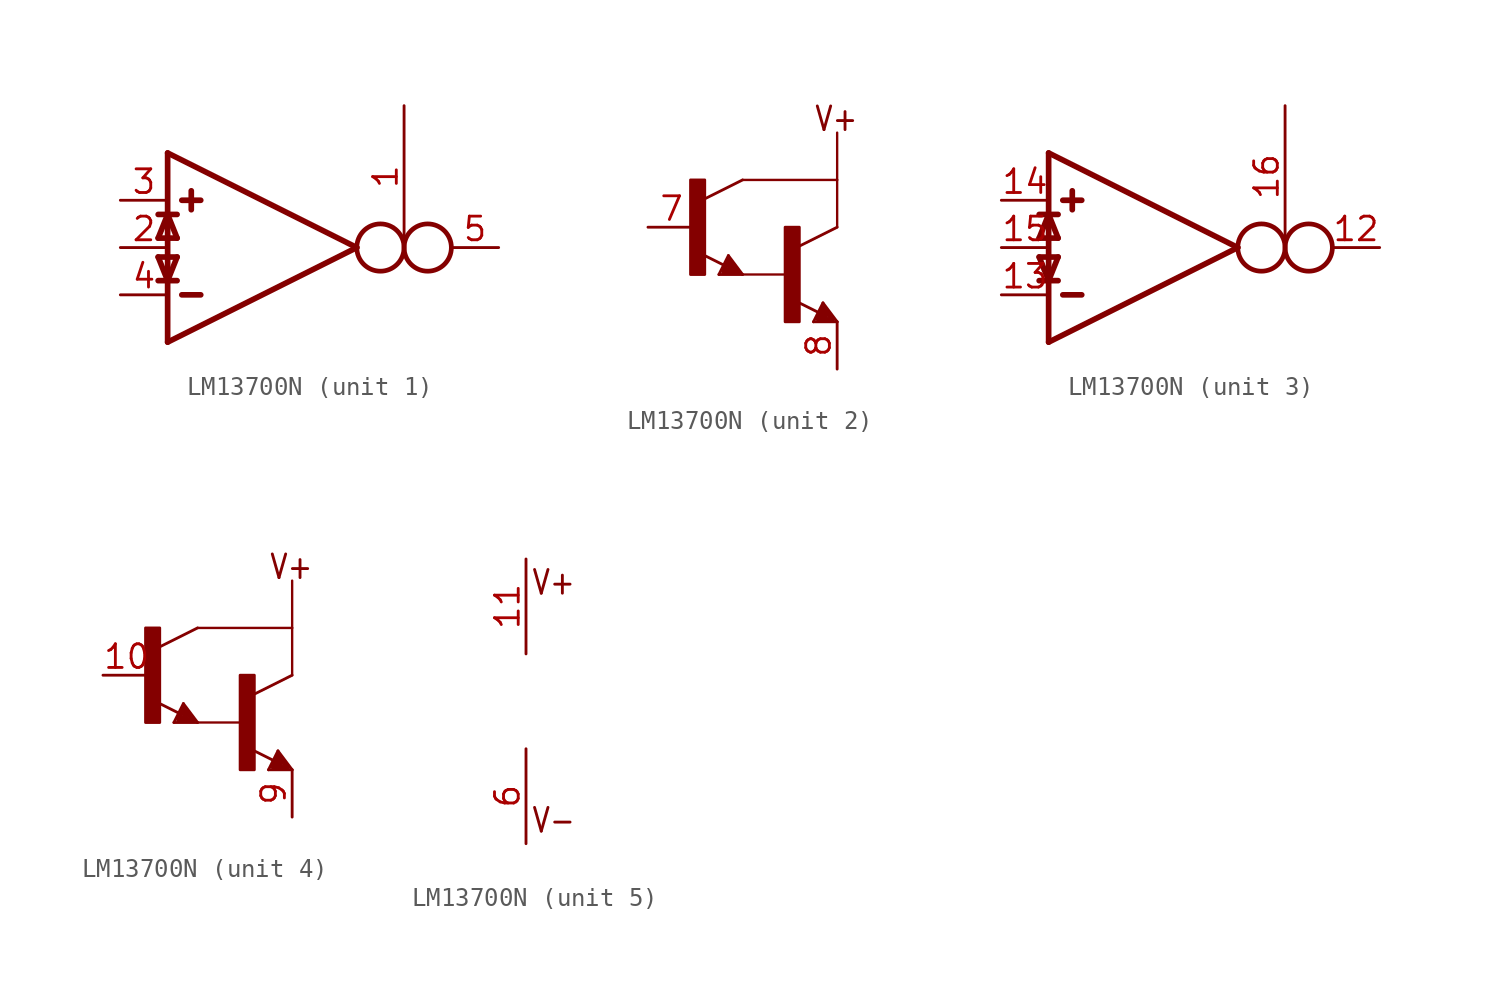
<source format=kicad_sym>
(kicad_symbol_lib
  (version 20231120)
  (generator "kicad_symbol_editor")
  (generator_version "8.0")
  (symbol "LM13700N"
    (property "Reference" "IC"
      (at 5.08 2.54 0)
      (effects (font (size 1.778 1.511)) (justify left bottom) (hide yes)))
    (property "ki_locked" ""
      (at 0 0 0)
      (effects (font (size 1.27 1.27))))
    (symbol "LM13700N_1_0"
      (polyline (pts (xy -5.588 -0.508) (xy -5.08 -1.778)) (stroke (width 0.305) (type solid)) (fill (type none)))
      (polyline (pts (xy -5.588 0.508) (xy -4.572 0.508)) (stroke (width 0.305) (type solid)) (fill (type none)))
      (polyline (pts (xy -5.588 1.778) (xy -4.572 1.778)) (stroke (width 0.305) (type solid)) (fill (type none)))
      (polyline (pts (xy -5.08 -5.08) (xy 5.08 0)) (stroke (width 0.305) (type solid)) (fill (type none)))
      (polyline (pts (xy -5.08 -1.778) (xy -4.572 -0.508)) (stroke (width 0.305) (type solid)) (fill (type none)))
      (polyline (pts (xy -5.08 1.778) (xy -5.588 0.508)) (stroke (width 0.305) (type solid)) (fill (type none)))
      (polyline (pts (xy -5.08 5.08) (xy -5.08 -5.08)) (stroke (width 0.305) (type solid)) (fill (type none)))
      (polyline (pts (xy -4.572 -1.778) (xy -5.588 -1.778)) (stroke (width 0.305) (type solid)) (fill (type none)))
      (polyline (pts (xy -4.572 -0.508) (xy -5.588 -0.508)) (stroke (width 0.305) (type solid)) (fill (type none)))
      (polyline (pts (xy -4.572 0.508) (xy -5.08 1.778)) (stroke (width 0.305) (type solid)) (fill (type none)))
      (polyline (pts (xy -4.318 -2.54) (xy -3.302 -2.54)) (stroke (width 0.305) (type solid)) (fill (type none)))
      (polyline (pts (xy -4.318 2.54) (xy -3.302 2.54)) (stroke (width 0.305) (type solid)) (fill (type none)))
      (polyline (pts (xy -3.81 3.048) (xy -3.81 2.032)) (stroke (width 0.305) (type solid)) (fill (type none)))
      (polyline (pts (xy 5.08 0) (xy -5.08 5.08)) (stroke (width 0.305) (type solid)) (fill (type none)))
      (circle (center 6.35 0) (radius 1.27) (stroke (width 0.254) (type solid)) (fill (type none)))
      (circle (center 8.89 0) (radius 1.27) (stroke (width 0.254) (type solid)) (fill (type none)))
      (pin input line (at 7.62 7.62 270) (length 7.62) (name "I_BIAS" (effects (font (size 0 0)))) (number "1" (effects (font (size 1.27 1.27)))))
      (pin input line (at -7.62 0 0) (length 2.54) (name "I_DIODE" (effects (font (size 0 0)))) (number "2" (effects (font (size 1.27 1.27)))))
      (pin input line (at -7.62 2.54 0) (length 2.54) (name "IN_P" (effects (font (size 0 0)))) (number "3" (effects (font (size 1.27 1.27)))))
      (pin input line (at -7.62 -2.54 0) (length 2.54) (name "IN_N" (effects (font (size 0 0)))) (number "4" (effects (font (size 1.27 1.27)))))
      (pin output line (at 12.7 0 180) (length 2.54) (name "OUT" (effects (font (size 0 0)))) (number "5" (effects (font (size 1.27 1.27))))))
    (symbol "LM13700N_2_0"
      (rectangle (start -5.334 0) (end -4.572 5.08) (stroke (width 0) (type default)) (fill (type outline)))
      (rectangle (start -0.254 -2.54) (end 0.508 2.54) (stroke (width 0) (type default)) (fill (type outline)))
      (polyline (pts (xy -3.81 0) (xy -3.302 1.016)) (stroke (width 0.152) (type solid)) (fill (type none)))
      (polyline (pts (xy -3.556 0.127) (xy -2.794 0.127)) (stroke (width 0.254) (type solid)) (fill (type none)))
      (polyline (pts (xy -3.556 0.254) (xy -3.175 0.254)) (stroke (width 0.254) (type solid)) (fill (type none)))
      (polyline (pts (xy -3.54 0.5) (xy -4.772 1.116)) (stroke (width 0.152) (type solid)) (fill (type none)))
      (polyline (pts (xy -3.302 0.762) (xy -3.556 0.254)) (stroke (width 0.254) (type solid)) (fill (type none)))
      (polyline (pts (xy -3.302 1.016) (xy -2.54 0)) (stroke (width 0.152) (type solid)) (fill (type none)))
      (polyline (pts (xy -3.175 0.254) (xy -3.302 0.508)) (stroke (width 0.254) (type solid)) (fill (type none)))
      (polyline (pts (xy -2.794 0.127) (xy -3.302 0.762)) (stroke (width 0.254) (type solid)) (fill (type none)))
      (polyline (pts (xy -2.54 0) (xy -3.81 0)) (stroke (width 0.152) (type solid)) (fill (type none)))
      (polyline (pts (xy -2.54 5.08) (xy -4.572 4.064)) (stroke (width 0.152) (type solid)) (fill (type none)))
      (polyline (pts (xy -2.54 5.08) (xy 2.54 5.08)) (stroke (width 0.127) (type solid)) (fill (type none)))
      (polyline (pts (xy 0 0) (xy -2.54 0)) (stroke (width 0.127) (type solid)) (fill (type none)))
      (polyline (pts (xy 1.27 -2.54) (xy 1.778 -1.524)) (stroke (width 0.152) (type solid)) (fill (type none)))
      (polyline (pts (xy 1.524 -2.413) (xy 2.286 -2.413)) (stroke (width 0.254) (type solid)) (fill (type none)))
      (polyline (pts (xy 1.524 -2.286) (xy 1.905 -2.286)) (stroke (width 0.254) (type solid)) (fill (type none)))
      (polyline (pts (xy 1.54 -2.04) (xy 0.308 -1.424)) (stroke (width 0.152) (type solid)) (fill (type none)))
      (polyline (pts (xy 1.778 -1.778) (xy 1.524 -2.286)) (stroke (width 0.254) (type solid)) (fill (type none)))
      (polyline (pts (xy 1.778 -1.524) (xy 2.54 -2.54)) (stroke (width 0.152) (type solid)) (fill (type none)))
      (polyline (pts (xy 1.905 -2.286) (xy 1.778 -2.032)) (stroke (width 0.254) (type solid)) (fill (type none)))
      (polyline (pts (xy 2.286 -2.413) (xy 1.778 -1.778)) (stroke (width 0.254) (type solid)) (fill (type none)))
      (polyline (pts (xy 2.54 -2.54) (xy 1.27 -2.54)) (stroke (width 0.152) (type solid)) (fill (type none)))
      (polyline (pts (xy 2.54 2.54) (xy 0.508 1.524)) (stroke (width 0.152) (type solid)) (fill (type none)))
      (polyline (pts (xy 2.54 2.54) (xy 2.54 5.08)) (stroke (width 0.127) (type solid)) (fill (type none)))
      (polyline (pts (xy 2.54 5.08) (xy 2.54 7.62)) (stroke (width 0.127) (type solid)) (fill (type none)))
      (text "V+" (at 1.27 7.62 0) (effects (font (size 1.27 1.079)) (justify left bottom)))
      (pin passive line (at -7.62 2.54 0) (length 2.54) (name "B" (effects (font (size 0 0)))) (number "7" (effects (font (size 1.27 1.27)))))
      (pin passive line (at 2.54 -5.08 90) (length 2.54) (name "E" (effects (font (size 0 0)))) (number "8" (effects (font (size 1.27 1.27))))))
    (symbol "LM13700N_3_0"
      (polyline (pts (xy -5.588 -0.508) (xy -5.08 -1.778)) (stroke (width 0.305) (type solid)) (fill (type none)))
      (polyline (pts (xy -5.588 0.508) (xy -4.572 0.508)) (stroke (width 0.305) (type solid)) (fill (type none)))
      (polyline (pts (xy -5.588 1.778) (xy -4.572 1.778)) (stroke (width 0.305) (type solid)) (fill (type none)))
      (polyline (pts (xy -5.08 -5.08) (xy 5.08 0)) (stroke (width 0.305) (type solid)) (fill (type none)))
      (polyline (pts (xy -5.08 -1.778) (xy -4.572 -0.508)) (stroke (width 0.305) (type solid)) (fill (type none)))
      (polyline (pts (xy -5.08 1.778) (xy -5.588 0.508)) (stroke (width 0.305) (type solid)) (fill (type none)))
      (polyline (pts (xy -5.08 5.08) (xy -5.08 -5.08)) (stroke (width 0.305) (type solid)) (fill (type none)))
      (polyline (pts (xy -4.572 -1.778) (xy -5.588 -1.778)) (stroke (width 0.305) (type solid)) (fill (type none)))
      (polyline (pts (xy -4.572 -0.508) (xy -5.588 -0.508)) (stroke (width 0.305) (type solid)) (fill (type none)))
      (polyline (pts (xy -4.572 0.508) (xy -5.08 1.778)) (stroke (width 0.305) (type solid)) (fill (type none)))
      (polyline (pts (xy -4.318 -2.54) (xy -3.302 -2.54)) (stroke (width 0.305) (type solid)) (fill (type none)))
      (polyline (pts (xy -4.318 2.54) (xy -3.302 2.54)) (stroke (width 0.305) (type solid)) (fill (type none)))
      (polyline (pts (xy -3.81 3.048) (xy -3.81 2.032)) (stroke (width 0.305) (type solid)) (fill (type none)))
      (polyline (pts (xy 5.08 0) (xy -5.08 5.08)) (stroke (width 0.305) (type solid)) (fill (type none)))
      (circle (center 6.35 0) (radius 1.27) (stroke (width 0.254) (type solid)) (fill (type none)))
      (circle (center 8.89 0) (radius 1.27) (stroke (width 0.254) (type solid)) (fill (type none)))
      (pin output line (at 12.7 0 180) (length 2.54) (name "OUT" (effects (font (size 0 0)))) (number "12" (effects (font (size 1.27 1.27)))))
      (pin input line (at -7.62 -2.54 0) (length 2.54) (name "IN_N" (effects (font (size 0 0)))) (number "13" (effects (font (size 1.27 1.27)))))
      (pin input line (at -7.62 2.54 0) (length 2.54) (name "IN_P" (effects (font (size 0 0)))) (number "14" (effects (font (size 1.27 1.27)))))
      (pin input line (at -7.62 0 0) (length 2.54) (name "I_DIODE" (effects (font (size 0 0)))) (number "15" (effects (font (size 1.27 1.27)))))
      (pin input line (at 7.62 7.62 270) (length 7.62) (name "I_BIAS" (effects (font (size 0 0)))) (number "16" (effects (font (size 1.27 1.27))))))
    (symbol "LM13700N_4_0"
      (rectangle (start -5.334 0) (end -4.572 5.08) (stroke (width 0) (type default)) (fill (type outline)))
      (rectangle (start -0.254 -2.54) (end 0.508 2.54) (stroke (width 0) (type default)) (fill (type outline)))
      (polyline (pts (xy -3.81 0) (xy -3.302 1.016)) (stroke (width 0.152) (type solid)) (fill (type none)))
      (polyline (pts (xy -3.556 0.127) (xy -2.794 0.127)) (stroke (width 0.254) (type solid)) (fill (type none)))
      (polyline (pts (xy -3.556 0.254) (xy -3.175 0.254)) (stroke (width 0.254) (type solid)) (fill (type none)))
      (polyline (pts (xy -3.54 0.5) (xy -4.772 1.116)) (stroke (width 0.152) (type solid)) (fill (type none)))
      (polyline (pts (xy -3.302 0.762) (xy -3.556 0.254)) (stroke (width 0.254) (type solid)) (fill (type none)))
      (polyline (pts (xy -3.302 1.016) (xy -2.54 0)) (stroke (width 0.152) (type solid)) (fill (type none)))
      (polyline (pts (xy -3.175 0.254) (xy -3.302 0.508)) (stroke (width 0.254) (type solid)) (fill (type none)))
      (polyline (pts (xy -2.794 0.127) (xy -3.302 0.762)) (stroke (width 0.254) (type solid)) (fill (type none)))
      (polyline (pts (xy -2.54 0) (xy -3.81 0)) (stroke (width 0.152) (type solid)) (fill (type none)))
      (polyline (pts (xy -2.54 5.08) (xy -4.572 4.064)) (stroke (width 0.152) (type solid)) (fill (type none)))
      (polyline (pts (xy -2.54 5.08) (xy 2.54 5.08)) (stroke (width 0.127) (type solid)) (fill (type none)))
      (polyline (pts (xy 0 0) (xy -2.54 0)) (stroke (width 0.127) (type solid)) (fill (type none)))
      (polyline (pts (xy 1.27 -2.54) (xy 1.778 -1.524)) (stroke (width 0.152) (type solid)) (fill (type none)))
      (polyline (pts (xy 1.524 -2.413) (xy 2.286 -2.413)) (stroke (width 0.254) (type solid)) (fill (type none)))
      (polyline (pts (xy 1.524 -2.286) (xy 1.905 -2.286)) (stroke (width 0.254) (type solid)) (fill (type none)))
      (polyline (pts (xy 1.54 -2.04) (xy 0.308 -1.424)) (stroke (width 0.152) (type solid)) (fill (type none)))
      (polyline (pts (xy 1.778 -1.778) (xy 1.524 -2.286)) (stroke (width 0.254) (type solid)) (fill (type none)))
      (polyline (pts (xy 1.778 -1.524) (xy 2.54 -2.54)) (stroke (width 0.152) (type solid)) (fill (type none)))
      (polyline (pts (xy 1.905 -2.286) (xy 1.778 -2.032)) (stroke (width 0.254) (type solid)) (fill (type none)))
      (polyline (pts (xy 2.286 -2.413) (xy 1.778 -1.778)) (stroke (width 0.254) (type solid)) (fill (type none)))
      (polyline (pts (xy 2.54 -2.54) (xy 1.27 -2.54)) (stroke (width 0.152) (type solid)) (fill (type none)))
      (polyline (pts (xy 2.54 2.54) (xy 0.508 1.524)) (stroke (width 0.152) (type solid)) (fill (type none)))
      (polyline (pts (xy 2.54 2.54) (xy 2.54 5.08)) (stroke (width 0.127) (type solid)) (fill (type none)))
      (polyline (pts (xy 2.54 5.08) (xy 2.54 7.62)) (stroke (width 0.127) (type solid)) (fill (type none)))
      (text "V+" (at 1.27 7.62 0) (effects (font (size 1.27 1.079)) (justify left bottom)))
      (pin passive line (at -7.62 2.54 0) (length 2.54) (name "B" (effects (font (size 0 0)))) (number "10" (effects (font (size 1.27 1.27)))))
      (pin passive line (at 2.54 -5.08 90) (length 2.54) (name "E" (effects (font (size 0 0)))) (number "9" (effects (font (size 1.27 1.27))))))
    (symbol "LM13700N_5_0"
      (text "V+" (at 0.254 7.112 0) (effects (font (size 1.27 1.079)) (justify left top)))
      (text "V-" (at 0.254 -7.112 0) (effects (font (size 1.27 1.079)) (justify left bottom)))
      (pin power_in line (at 0 7.62 270) (length 5.08) (name "V+" (effects (font (size 0 0)))) (number "11" (effects (font (size 1.27 1.27)))))
      (pin power_in line (at 0 -7.62 90) (length 5.08) (name "V-" (effects (font (size 0 0)))) (number "6" (effects (font (size 1.27 1.27))))))))
</source>
